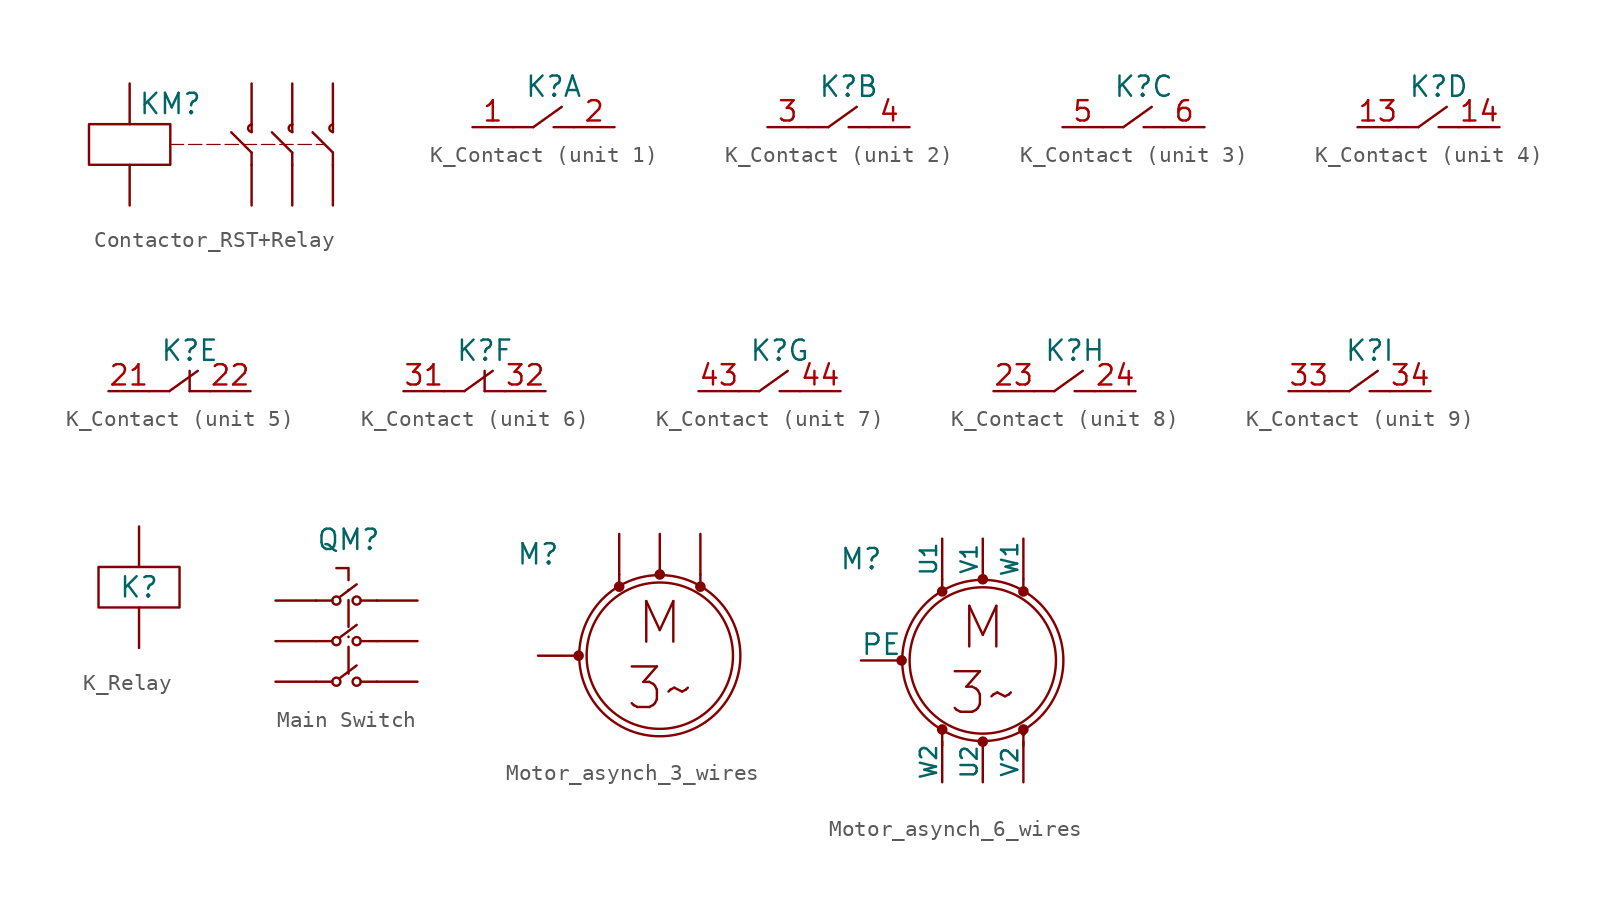
<source format=kicad_sym>
(kicad_symbol_lib
  (version 20231120)
  (generator "kicad_symbol_editor")
  (generator_version "8.0")
  (symbol "Contactor_RST+Relay"
    (pin_numbers hide)
    (pin_names
      (offset 0) hide)
    (property "Reference" "KM"
      (at -5.08 2.54 0)
      (effects (font (size 1.27 1.27))))
    (property "Value" ""
      (at -2.54 0.762 90)
      (effects (font (size 1.27 1.27))))
    (symbol "Contactor_RST+Relay_0_1"
      (rectangle (start -10.16 1.27) (end -5.08 -1.27) (stroke (width 0) (type default)) (fill (type none)))
      (polyline (pts (xy -5.08 0) (xy 4.572 0)) (stroke (width 0.076) (type dash)) (fill (type none)))
      (polyline (pts (xy 0 -1.27) (xy 0 -0.508)) (stroke (width 0) (type default)) (fill (type none)))
      (polyline (pts (xy 0 -0.508) (xy -1.27 0.762)) (stroke (width 0) (type default)) (fill (type none)))
      (polyline (pts (xy 0 1.27) (xy 0 0.762)) (stroke (width 0) (type default)) (fill (type none)))
      (polyline (pts (xy 2.54 -1.27) (xy 2.54 -0.508)) (stroke (width 0) (type default)) (fill (type none)))
      (polyline (pts (xy 2.54 -0.508) (xy 1.27 0.762)) (stroke (width 0) (type default)) (fill (type none)))
      (polyline (pts (xy 2.54 1.27) (xy 2.54 0.762)) (stroke (width 0) (type default)) (fill (type none)))
      (polyline (pts (xy 5.08 -1.27) (xy 5.08 -0.508)) (stroke (width 0) (type default)) (fill (type none)))
      (polyline (pts (xy 5.08 -0.508) (xy 3.81 0.762)) (stroke (width 0) (type default)) (fill (type none)))
      (polyline (pts (xy 5.08 1.27) (xy 5.08 0.762)) (stroke (width 0) (type default)) (fill (type none)))
      (arc (start 0.0011 1.2382) (mid -0.2222 1.016) (end 0.0011 0.7937) (stroke (width 0) (type default)) (fill (type none)))
      (arc (start 2.5411 1.2382) (mid 2.3178 1.016) (end 2.5411 0.7937) (stroke (width 0) (type default)) (fill (type none)))
      (arc (start 5.0811 1.2382) (mid 4.8578 1.016) (end 5.0811 0.7937) (stroke (width 0) (type default)) (fill (type none))))
    (symbol "Contactor_RST+Relay_1_1"
      (pin bidirectional line (at -7.62 -3.81 90) (length 2.54) (name "" (effects (font (size 1.27 1.27)))) (number "" (effects (font (size 1.27 1.27)))))
      (pin bidirectional line (at -7.62 3.81 270) (length 2.54) (name "" (effects (font (size 1.27 1.27)))) (number "" (effects (font (size 1.27 1.27)))))
      (pin bidirectional line (at 0 3.81 270) (length 2.54) (name "" (effects (font (size 1.27 1.27)))) (number "1" (effects (font (size 1.27 1.27)))))
      (pin bidirectional line (at 2.54 3.81 270) (length 2.54) (name "" (effects (font (size 1.27 1.27)))) (number "1" (effects (font (size 1.27 1.27)))))
      (pin bidirectional line (at 5.08 3.81 270) (length 2.54) (name "" (effects (font (size 1.27 1.27)))) (number "1" (effects (font (size 1.27 1.27)))))
      (pin bidirectional line (at 0 -3.81 90) (length 2.54) (name "" (effects (font (size 1.27 1.27)))) (number "2" (effects (font (size 1.27 1.27)))) (alternate "2" bidirectional line))
      (pin bidirectional line (at 2.54 -3.81 90) (length 2.54) (name "" (effects (font (size 1.27 1.27)))) (number "2" (effects (font (size 1.27 1.27)))) (alternate "2" bidirectional line))
      (pin bidirectional line (at 5.08 -3.81 90) (length 2.54) (name "" (effects (font (size 1.27 1.27)))) (number "2" (effects (font (size 1.27 1.27)))) (alternate "2" bidirectional line))))
  (symbol "K_Contact"
    (pin_names
      (offset 0))
    (property "Reference" "K"
      (at 0 0 0)
      (effects (font (size 1.27 1.27))))
    (property "Value" ""
      (at 0 0 0)
      (effects (font (size 1.27 1.27))))
    (property "ki_locked" ""
      (at 0 0 0)
      (effects (font (size 1.27 1.27))))
    (symbol "K_Contact_0_1"
      (polyline (pts (xy -2.54 -2.54) (xy -1.27 -2.54)) (stroke (width 0) (type default)) (fill (type none)))
      (polyline (pts (xy -1.27 -2.54) (xy 0.508 -1.27)) (stroke (width 0) (type default)) (fill (type none)))
      (polyline (pts (xy 1.27 -2.54) (xy 0 -2.54)) (stroke (width 0) (type default)) (fill (type none))))
    (symbol "K_Contact_1_1"
      (pin bidirectional line (at -5.08 -2.54 0) (length 2.54) (name "" (effects (font (size 1.27 1.27)))) (number "1" (effects (font (size 1.27 1.27)))) (alternate "2" bidirectional line))
      (pin bidirectional line (at 3.81 -2.54 180) (length 2.54) (name "" (effects (font (size 1.27 1.27)))) (number "2" (effects (font (size 1.27 1.27))))))
    (symbol "K_Contact_2_1"
      (pin bidirectional line (at -5.08 -2.54 0) (length 2.54) (name "" (effects (font (size 1.27 1.27)))) (number "3" (effects (font (size 1.27 1.27)))))
      (pin bidirectional line (at 3.81 -2.54 180) (length 2.54) (name "" (effects (font (size 1.27 1.27)))) (number "4" (effects (font (size 1.27 1.27))))))
    (symbol "K_Contact_3_1"
      (pin bidirectional line (at -5.08 -2.54 0) (length 2.54) (name "" (effects (font (size 1.27 1.27)))) (number "5" (effects (font (size 1.27 1.27)))))
      (pin bidirectional line (at 3.81 -2.54 180) (length 2.54) (name "" (effects (font (size 1.27 1.27)))) (number "6" (effects (font (size 1.27 1.27))))))
    (symbol "K_Contact_4_1"
      (pin bidirectional line (at -5.08 -2.54 0) (length 2.54) (name "" (effects (font (size 1.27 1.27)))) (number "13" (effects (font (size 1.27 1.27)))))
      (pin bidirectional line (at 3.81 -2.54 180) (length 2.54) (name "" (effects (font (size 1.27 1.27)))) (number "14" (effects (font (size 1.27 1.27))))))
    (symbol "K_Contact_5_1"
      (polyline (pts (xy 0 -2.54) (xy 0 -1.27)) (stroke (width 0) (type default)) (fill (type none)))
      (pin bidirectional line (at -5.08 -2.54 0) (length 2.54) (name "" (effects (font (size 1.27 1.27)))) (number "21" (effects (font (size 1.27 1.27)))) (alternate "2" bidirectional line))
      (pin bidirectional line (at 3.81 -2.54 180) (length 2.54) (name "" (effects (font (size 1.27 1.27)))) (number "22" (effects (font (size 1.27 1.27))))))
    (symbol "K_Contact_6_1"
      (polyline (pts (xy 0 -2.54) (xy 0 -1.27)) (stroke (width 0) (type default)) (fill (type none)))
      (pin bidirectional line (at -5.08 -2.54 0) (length 2.54) (name "" (effects (font (size 1.27 1.27)))) (number "31" (effects (font (size 1.27 1.27)))) (alternate "2" bidirectional line))
      (pin bidirectional line (at 3.81 -2.54 180) (length 2.54) (name "" (effects (font (size 1.27 1.27)))) (number "32" (effects (font (size 1.27 1.27))))))
    (symbol "K_Contact_7_1"
      (pin bidirectional line (at -5.08 -2.54 0) (length 2.54) (name "" (effects (font (size 1.27 1.27)))) (number "43" (effects (font (size 1.27 1.27)))) (alternate "2" bidirectional line))
      (pin bidirectional line (at 3.81 -2.54 180) (length 2.54) (name "" (effects (font (size 1.27 1.27)))) (number "44" (effects (font (size 1.27 1.27))))))
    (symbol "K_Contact_8_1"
      (pin bidirectional line (at -5.08 -2.54 0) (length 2.54) (name "" (effects (font (size 1.27 1.27)))) (number "23" (effects (font (size 1.27 1.27)))) (alternate "2" bidirectional line))
      (pin bidirectional line (at 3.81 -2.54 180) (length 2.54) (name "" (effects (font (size 1.27 1.27)))) (number "24" (effects (font (size 1.27 1.27))))))
    (symbol "K_Contact_9_1"
      (pin bidirectional line (at -5.08 -2.54 0) (length 2.54) (name "" (effects (font (size 1.27 1.27)))) (number "33" (effects (font (size 1.27 1.27)))) (alternate "2" bidirectional line))
      (pin bidirectional line (at 3.81 -2.54 180) (length 2.54) (name "" (effects (font (size 1.27 1.27)))) (number "34" (effects (font (size 1.27 1.27)))))))
  (symbol "K_Relay"
    (property "Reference" "K"
      (at 0 0 0)
      (effects (font (size 1.27 1.27))))
    (property "Value" ""
      (at -3.81 0 0)
      (effects (font (size 1.27 1.27))))
    (symbol "K_Relay_0_1"
      (rectangle (start -2.54 1.27) (end 2.54 -1.27) (stroke (width 0) (type default)) (fill (type none))))
    (symbol "K_Relay_1_1"
      (pin bidirectional line (at 0 -3.81 90) (length 2.54) (name "" (effects (font (size 1.27 1.27)))) (number "" (effects (font (size 1.27 1.27)))))
      (pin bidirectional line (at 0 3.81 270) (length 2.54) (name "" (effects (font (size 1.27 1.27)))) (number "" (effects (font (size 1.27 1.27)))))))
  (symbol "Main Switch"
    (pin_numbers hide)
    (pin_names
      (offset 0) hide)
    (property "Reference" "QM"
      (at -0.508 1.27 0)
      (effects (font (size 1.27 1.27))))
    (property "Value" ""
      (at 0 0 0)
      (effects (font (size 1.27 1.27))))
    (symbol "Main Switch_0_1"
      (circle (center -1.27 -7.62) (radius 0.254) (stroke (width 0) (type default)) (fill (type none)))
      (circle (center -1.27 -5.08) (radius 0.254) (stroke (width 0) (type default)) (fill (type none)))
      (circle (center -1.27 -2.54) (radius 0.254) (stroke (width 0) (type default)) (fill (type none)))
      (circle (center 0 -7.62) (radius 0.254) (stroke (width 0) (type default)) (fill (type none)))
      (circle (center 0 -5.08) (radius 0.254) (stroke (width 0) (type default)) (fill (type none)))
      (circle (center 0 -2.54) (radius 0.254) (stroke (width 0) (type default)) (fill (type none)))
      (polyline (pts (xy -2.54 -7.62) (xy -1.524 -7.62)) (stroke (width 0) (type default)) (fill (type none)))
      (polyline (pts (xy -2.54 -5.08) (xy -1.524 -5.08)) (stroke (width 0) (type default)) (fill (type none)))
      (polyline (pts (xy -2.54 -2.54) (xy -1.524 -2.54)) (stroke (width 0) (type default)) (fill (type none)))
      (polyline (pts (xy -1.016 -7.366) (xy 0 -6.604)) (stroke (width 0) (type default)) (fill (type none)))
      (polyline (pts (xy -1.016 -4.826) (xy 0 -4.064)) (stroke (width 0) (type default)) (fill (type none)))
      (polyline (pts (xy -1.016 -2.286) (xy 0 -1.524)) (stroke (width 0) (type default)) (fill (type none)))
      (polyline (pts (xy 1.27 -7.62) (xy 0.254 -7.62)) (stroke (width 0) (type default)) (fill (type none)))
      (polyline (pts (xy 1.27 -5.08) (xy 0.254 -5.08)) (stroke (width 0) (type default)) (fill (type none)))
      (polyline (pts (xy 1.27 -2.54) (xy 0.254 -2.54)) (stroke (width 0) (type default)) (fill (type none))))
    (symbol "Main Switch_1_1"
      (polyline (pts (xy -0.508 -7.112) (xy -0.508 -0.508) (xy -1.27 -0.508)) (stroke (width 0) (type dash_dot)) (fill (type none)))
      (pin bidirectional line (at -5.08 -7.62 0) (length 2.54) (name "" (effects (font (size 1.27 1.27)))) (number "1" (effects (font (size 1.27 1.27)))) (alternate "2" bidirectional line))
      (pin bidirectional line (at -5.08 -5.08 0) (length 2.54) (name "" (effects (font (size 1.27 1.27)))) (number "1" (effects (font (size 1.27 1.27)))) (alternate "2" bidirectional line))
      (pin bidirectional line (at -5.08 -2.54 0) (length 2.54) (name "" (effects (font (size 1.27 1.27)))) (number "1" (effects (font (size 1.27 1.27)))) (alternate "2" bidirectional line))
      (pin bidirectional line (at 3.81 -7.62 180) (length 2.54) (name "" (effects (font (size 1.27 1.27)))) (number "2" (effects (font (size 1.27 1.27)))))
      (pin bidirectional line (at 3.81 -5.08 180) (length 2.54) (name "" (effects (font (size 1.27 1.27)))) (number "2" (effects (font (size 1.27 1.27)))))
      (pin bidirectional line (at 3.81 -2.54 180) (length 2.54) (name "" (effects (font (size 1.27 1.27)))) (number "2" (effects (font (size 1.27 1.27)))))))
  (symbol "Motor_asynch_3_wires"
    (pin_numbers hide)
    (pin_names
      (offset 0) hide)
    (property "Reference" "M"
      (at -7.62 6.35 0)
      (effects (font (size 1.27 1.27))))
    (property "Value" ""
      (at -5.08 4.572 90)
      (effects (font (size 1.27 1.27))))
    (symbol "Motor_asynch_3_wires_0_1"
      (circle (center -5.08 0) (radius 0.254) (stroke (width 0) (type default)) (fill (type outline)))
      (circle (center -2.54 4.318) (radius 0.0001) (stroke (width 0) (type default)) (fill (type none)))
      (circle (center -2.54 4.318) (radius 0.254) (stroke (width 0) (type default)) (fill (type outline)))
      (polyline (pts (xy -2.54 5.08) (xy -2.54 4.318)) (stroke (width 0) (type default)) (fill (type none)))
      (polyline (pts (xy 2.54 5.08) (xy 2.54 4.318)) (stroke (width 0) (type default)) (fill (type none)))
      (circle (center 0 0) (radius 4.579) (stroke (width 0) (type default)) (fill (type none)))
      (circle (center 0 0) (radius 5.042) (stroke (width 0) (type default)) (fill (type none)))
      (circle (center 0 5.08) (radius 0.254) (stroke (width 0) (type default)) (fill (type outline)))
      (circle (center 2.54 4.318) (radius 0.254) (stroke (width 0) (type default)) (fill (type outline))))
    (symbol "Motor_asynch_3_wires_1_1"
      (text "M\n3~" (at 0 0 0) (effects (font (size 2.54 2.54))))
      (pin bidirectional line (at -7.62 0 0) (length 2.54) (name "" (effects (font (size 1.27 1.27)))) (number "1" (effects (font (size 1.27 1.27)))))
      (pin bidirectional line (at -2.54 7.62 270) (length 2.54) (name "" (effects (font (size 1.27 1.27)))) (number "1" (effects (font (size 1.27 1.27)))))
      (pin bidirectional line (at 0 7.62 270) (length 2.54) (name "" (effects (font (size 1.27 1.27)))) (number "1" (effects (font (size 1.27 1.27)))))
      (pin bidirectional line (at 2.54 7.62 270) (length 2.54) (name "" (effects (font (size 1.27 1.27)))) (number "1" (effects (font (size 1.27 1.27)))))))
  (symbol "Motor_asynch_6_wires"
    (pin_numbers hide)
    (pin_names
      (offset 0))
    (property "Reference" "M"
      (at -7.62 6.35 0)
      (effects (font (size 1.27 1.27))))
    (property "Value" ""
      (at -5.08 4.572 90)
      (effects (font (size 1.27 1.27))))
    (symbol "Motor_asynch_6_wires_0_1"
      (circle (center -5.08 0) (radius 0.254) (stroke (width 0) (type default)) (fill (type outline)))
      (circle (center -2.54 -4.318) (radius 0.254) (stroke (width 0) (type default)) (fill (type outline)))
      (circle (center -2.54 4.318) (radius 0.0001) (stroke (width 0) (type default)) (fill (type none)))
      (circle (center -2.54 4.318) (radius 0.254) (stroke (width 0) (type default)) (fill (type outline)))
      (circle (center 0 -5.08) (radius 0.254) (stroke (width 0) (type default)) (fill (type outline)))
      (polyline (pts (xy -2.54 -5.334) (xy -2.54 -4.572)) (stroke (width 0) (type default)) (fill (type none)))
      (polyline (pts (xy -2.54 5.08) (xy -2.54 4.318)) (stroke (width 0) (type default)) (fill (type none)))
      (polyline (pts (xy 2.54 -5.334) (xy 2.54 -4.572)) (stroke (width 0) (type default)) (fill (type none)))
      (polyline (pts (xy 2.54 5.08) (xy 2.54 4.318)) (stroke (width 0) (type default)) (fill (type none)))
      (circle (center 0 0) (radius 4.579) (stroke (width 0) (type default)) (fill (type none)))
      (circle (center 0 0) (radius 5.042) (stroke (width 0) (type default)) (fill (type none)))
      (circle (center 0 5.08) (radius 0.254) (stroke (width 0) (type default)) (fill (type outline)))
      (circle (center 2.54 -4.572) (radius 0.0001) (stroke (width 0) (type default)) (fill (type none)))
      (circle (center 2.54 -4.318) (radius 0.254) (stroke (width 0) (type default)) (fill (type outline)))
      (circle (center 2.54 4.318) (radius 0.254) (stroke (width 0) (type default)) (fill (type outline))))
    (symbol "Motor_asynch_6_wires_1_1"
      (text "M\n3~" (at 0 0 0) (effects (font (size 2.54 2.54))))
      (pin bidirectional line (at -2.54 7.62 270) (length 2.54) (name "U1" (effects (font (size 1.016 1.016)))) (number "1" (effects (font (size 1.27 1.27)))))
      (pin bidirectional line (at 0 7.62 270) (length 2.54) (name "V1" (effects (font (size 1.016 1.016)))) (number "2" (effects (font (size 1.27 1.27)))))
      (pin bidirectional line (at 2.54 7.62 270) (length 2.54) (name "W1" (effects (font (size 1.016 1.016)))) (number "3" (effects (font (size 1.27 1.27)))))
      (pin bidirectional line (at -2.54 -7.62 90) (length 2.54) (name "W2" (effects (font (size 1.016 1.016)))) (number "4" (effects (font (size 1.27 1.27)))))
      (pin bidirectional line (at 0 -7.62 90) (length 2.54) (name "U2" (effects (font (size 1.016 1.016)))) (number "5" (effects (font (size 1.27 1.27)))))
      (pin bidirectional line (at 2.54 -7.62 90) (length 2.54) (name "V2" (effects (font (size 1.016 1.016)))) (number "6" (effects (font (size 1.27 1.27)))))
      (pin bidirectional line (at -7.62 0 0) (length 2.54) (name "PE" (effects (font (size 1.27 1.27)))) (number "7" (effects (font (size 1.27 1.27))))))))
</source>
